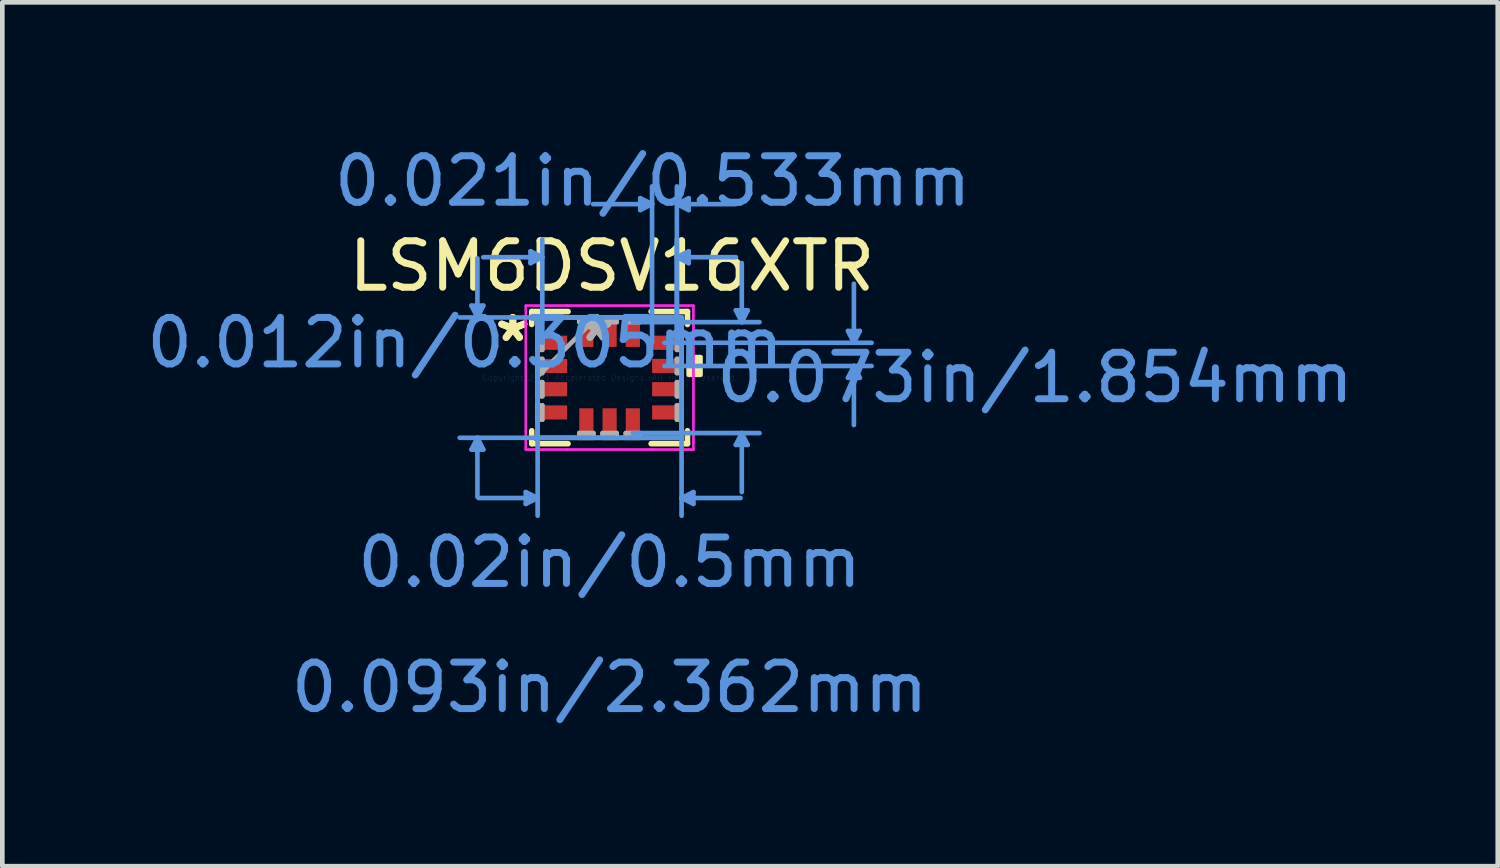
<source format=kicad_pcb>
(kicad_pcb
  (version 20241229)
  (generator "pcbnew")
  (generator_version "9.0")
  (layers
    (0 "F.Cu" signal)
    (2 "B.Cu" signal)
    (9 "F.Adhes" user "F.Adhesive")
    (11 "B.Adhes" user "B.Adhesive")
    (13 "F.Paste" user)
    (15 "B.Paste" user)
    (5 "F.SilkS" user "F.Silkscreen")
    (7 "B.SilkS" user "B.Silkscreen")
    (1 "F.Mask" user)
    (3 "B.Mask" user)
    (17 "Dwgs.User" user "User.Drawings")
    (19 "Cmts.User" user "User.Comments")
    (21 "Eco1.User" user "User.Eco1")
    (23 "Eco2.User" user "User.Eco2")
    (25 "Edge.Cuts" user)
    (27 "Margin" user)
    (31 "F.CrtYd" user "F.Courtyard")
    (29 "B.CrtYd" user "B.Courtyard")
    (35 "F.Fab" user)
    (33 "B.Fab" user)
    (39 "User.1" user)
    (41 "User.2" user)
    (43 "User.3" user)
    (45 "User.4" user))
  (footprint "LSM6DSV16XTR"
    (layer "F.Cu")
    (at 10.07 5.077)
    (property "Reference" "LSM6DSV16XTR" (at 0.05 -2.4 0) (layer "F.SilkS") (effects (font (size 1 1) (thickness 0.15))))
    (attr through_hole)
    (fp_line (start -1.676 -1.422) (end -1.676 -1.144) (stroke (width 0.12) (type solid)) (layer "F.SilkS"))
    (fp_line (start -1.676 1.144) (end -1.676 1.422) (stroke (width 0.12) (type solid)) (layer "F.SilkS"))
    (fp_line (start -1.676 1.422) (end -0.894 1.422) (stroke (width 0.12) (type solid)) (layer "F.SilkS"))
    (fp_line (start -0.894 -1.422) (end -1.676 -1.422) (stroke (width 0.12) (type solid)) (layer "F.SilkS"))
    (fp_line (start 0.894 1.422) (end 1.676 1.422) (stroke (width 0.12) (type solid)) (layer "F.SilkS"))
    (fp_line (start 1.676 -1.422) (end 0.894 -1.422) (stroke (width 0.12) (type solid)) (layer "F.SilkS"))
    (fp_line (start 1.676 -1.144) (end 1.676 -1.422) (stroke (width 0.12) (type solid)) (layer "F.SilkS"))
    (fp_line (start 1.676 1.422) (end 1.676 1.144) (stroke (width 0.12) (type solid)) (layer "F.SilkS"))
    (fp_poly (pts (xy 1.956 -0.441) (xy 1.956 -0.06) (xy 1.702 -0.06) (xy 1.702 -0.441)) (stroke (width 0.1) (type solid)) (fill yes) (layer "F.SilkS"))
    (fp_line (start -2.972 -1.549) (end -2.718 -1.549) (stroke (width 0.1) (type solid)) (layer "Cmts.User"))
    (fp_line (start -2.972 1.549) (end -2.718 1.549) (stroke (width 0.1) (type solid)) (layer "Cmts.User"))
    (fp_line (start -2.845 -1.295) (end -2.972 -1.549) (stroke (width 0.1) (type solid)) (layer "Cmts.User"))
    (fp_line (start -2.845 -1.295) (end -2.845 -2.565) (stroke (width 0.1) (type solid)) (layer "Cmts.User"))
    (fp_line (start -2.845 -1.295) (end -2.718 -1.549) (stroke (width 0.1) (type solid)) (layer "Cmts.User"))
    (fp_line (start -2.845 1.295) (end -2.972 1.549) (stroke (width 0.1) (type solid)) (layer "Cmts.User"))
    (fp_line (start -2.845 1.295) (end -2.845 2.565) (stroke (width 0.1) (type solid)) (layer "Cmts.User"))
    (fp_line (start -2.845 1.295) (end -2.718 1.549) (stroke (width 0.1) (type solid)) (layer "Cmts.User"))
    (fp_line (start -1.803 2.464) (end -1.803 2.718) (stroke (width 0.1) (type solid)) (layer "Cmts.User"))
    (fp_line (start -1.702 -2.718) (end -1.702 -2.464) (stroke (width 0.1) (type solid)) (layer "Cmts.User"))
    (fp_line (start -1.549 -1.295) (end -1.549 2.972) (stroke (width 0.1) (type solid)) (layer "Cmts.User"))
    (fp_line (start -1.549 2.591) (end -2.819 2.591) (stroke (width 0.1) (type solid)) (layer "Cmts.User"))
    (fp_line (start -1.549 2.591) (end -1.803 2.464) (stroke (width 0.1) (type solid)) (layer "Cmts.User"))
    (fp_line (start -1.549 2.591) (end -1.803 2.718) (stroke (width 0.1) (type solid)) (layer "Cmts.User"))
    (fp_line (start -1.448 -2.591) (end -2.718 -2.591) (stroke (width 0.1) (type solid)) (layer "Cmts.User"))
    (fp_line (start -1.448 -2.591) (end -1.702 -2.718) (stroke (width 0.1) (type solid)) (layer "Cmts.User"))
    (fp_line (start -1.448 -2.591) (end -1.702 -2.464) (stroke (width 0.1) (type solid)) (layer "Cmts.User"))
    (fp_line (start -1.448 -0.75) (end -1.448 -2.972) (stroke (width 0.1) (type solid)) (layer "Cmts.User"))
    (fp_line (start 0.5 -1.194) (end 3.226 -1.194) (stroke (width 0.1) (type solid)) (layer "Cmts.User"))
    (fp_line (start 0.5 1.194) (end 3.226 1.194) (stroke (width 0.1) (type solid)) (layer "Cmts.User"))
    (fp_line (start 0.66 -3.861) (end 0.66 -3.607) (stroke (width 0.1) (type solid)) (layer "Cmts.User"))
    (fp_line (start 0.914 -3.734) (end -0.356 -3.734) (stroke (width 0.1) (type solid)) (layer "Cmts.User"))
    (fp_line (start 0.914 -3.734) (end 0.66 -3.861) (stroke (width 0.1) (type solid)) (layer "Cmts.User"))
    (fp_line (start 0.914 -3.734) (end 0.66 -3.607) (stroke (width 0.1) (type solid)) (layer "Cmts.User"))
    (fp_line (start 0.914 -0.75) (end 0.914 -4.115) (stroke (width 0.1) (type solid)) (layer "Cmts.User"))
    (fp_line (start 1.181 -0.75) (end 5.639 -0.75) (stroke (width 0.1) (type solid)) (layer "Cmts.User"))
    (fp_line (start 1.181 -0.25) (end 5.639 -0.25) (stroke (width 0.1) (type solid)) (layer "Cmts.User"))
    (fp_line (start 1.448 -3.734) (end 1.702 -3.861) (stroke (width 0.1) (type solid)) (layer "Cmts.User"))
    (fp_line (start 1.448 -3.734) (end 1.702 -3.607) (stroke (width 0.1) (type solid)) (layer "Cmts.User"))
    (fp_line (start 1.448 -3.734) (end 2.718 -3.734) (stroke (width 0.1) (type solid)) (layer "Cmts.User"))
    (fp_line (start 1.448 -2.591) (end 1.702 -2.718) (stroke (width 0.1) (type solid)) (layer "Cmts.User"))
    (fp_line (start 1.448 -2.591) (end 1.702 -2.464) (stroke (width 0.1) (type solid)) (layer "Cmts.User"))
    (fp_line (start 1.448 -2.591) (end 2.718 -2.591) (stroke (width 0.1) (type solid)) (layer "Cmts.User"))
    (fp_line (start 1.448 -0.75) (end 1.448 -4.115) (stroke (width 0.1) (type solid)) (layer "Cmts.User"))
    (fp_line (start 1.448 -0.75) (end 1.448 -2.972) (stroke (width 0.1) (type solid)) (layer "Cmts.User"))
    (fp_line (start 1.549 -1.295) (end -3.226 -1.295) (stroke (width 0.1) (type solid)) (layer "Cmts.User"))
    (fp_line (start 1.549 -1.295) (end 1.549 2.972) (stroke (width 0.1) (type solid)) (layer "Cmts.User"))
    (fp_line (start 1.549 1.295) (end -3.226 1.295) (stroke (width 0.1) (type solid)) (layer "Cmts.User"))
    (fp_line (start 1.549 2.591) (end 1.803 2.464) (stroke (width 0.1) (type solid)) (layer "Cmts.User"))
    (fp_line (start 1.549 2.591) (end 1.803 2.718) (stroke (width 0.1) (type solid)) (layer "Cmts.User"))
    (fp_line (start 1.549 2.591) (end 2.819 2.591) (stroke (width 0.1) (type solid)) (layer "Cmts.User"))
    (fp_line (start 1.702 -3.861) (end 1.702 -3.607) (stroke (width 0.1) (type solid)) (layer "Cmts.User"))
    (fp_line (start 1.702 -2.718) (end 1.702 -2.464) (stroke (width 0.1) (type solid)) (layer "Cmts.User"))
    (fp_line (start 1.803 2.464) (end 1.803 2.718) (stroke (width 0.1) (type solid)) (layer "Cmts.User"))
    (fp_line (start 2.718 -1.448) (end 2.972 -1.448) (stroke (width 0.1) (type solid)) (layer "Cmts.User"))
    (fp_line (start 2.718 1.448) (end 2.972 1.448) (stroke (width 0.1) (type solid)) (layer "Cmts.User"))
    (fp_line (start 2.845 -1.194) (end 2.718 -1.448) (stroke (width 0.1) (type solid)) (layer "Cmts.User"))
    (fp_line (start 2.845 -1.194) (end 2.845 -2.464) (stroke (width 0.1) (type solid)) (layer "Cmts.User"))
    (fp_line (start 2.845 -1.194) (end 2.972 -1.448) (stroke (width 0.1) (type solid)) (layer "Cmts.User"))
    (fp_line (start 2.845 1.194) (end 2.718 1.448) (stroke (width 0.1) (type solid)) (layer "Cmts.User"))
    (fp_line (start 2.845 1.194) (end 2.845 2.464) (stroke (width 0.1) (type solid)) (layer "Cmts.User"))
    (fp_line (start 2.845 1.194) (end 2.972 1.448) (stroke (width 0.1) (type solid)) (layer "Cmts.User"))
    (fp_line (start 5.131 -1.004) (end 5.385 -1.004) (stroke (width 0.1) (type solid)) (layer "Cmts.User"))
    (fp_line (start 5.131 0.004) (end 5.385 0.004) (stroke (width 0.1) (type solid)) (layer "Cmts.User"))
    (fp_line (start 5.258 -0.75) (end 5.131 -1.004) (stroke (width 0.1) (type solid)) (layer "Cmts.User"))
    (fp_line (start 5.258 -0.75) (end 5.258 -2.02) (stroke (width 0.1) (type solid)) (layer "Cmts.User"))
    (fp_line (start 5.258 -0.75) (end 5.385 -1.004) (stroke (width 0.1) (type solid)) (layer "Cmts.User"))
    (fp_line (start 5.258 -0.25) (end 5.131 0.004) (stroke (width 0.1) (type solid)) (layer "Cmts.User"))
    (fp_line (start 5.258 -0.25) (end 5.258 1.02) (stroke (width 0.1) (type solid)) (layer "Cmts.User"))
    (fp_line (start 5.258 -0.25) (end 5.385 0.004) (stroke (width 0.1) (type solid)) (layer "Cmts.User"))
    (fp_line (start -1.803 -1.549) (end -0.907 -1.549) (stroke (width 0.05) (type solid)) (layer "F.CrtYd"))
    (fp_line (start -1.803 -1.549) (end -0.907 -1.549) (stroke (width 0.05) (type solid)) (layer "F.CrtYd"))
    (fp_line (start -1.803 -1.157) (end -1.803 -1.549) (stroke (width 0.05) (type solid)) (layer "F.CrtYd"))
    (fp_line (start -1.803 -1.157) (end -1.803 -1.549) (stroke (width 0.05) (type solid)) (layer "F.CrtYd"))
    (fp_line (start -1.803 -1.157) (end -1.803 -1.157) (stroke (width 0.05) (type solid)) (layer "F.CrtYd"))
    (fp_line (start -1.803 -1.157) (end -1.803 -1.157) (stroke (width 0.05) (type solid)) (layer "F.CrtYd"))
    (fp_line (start -1.803 1.157) (end -1.803 -1.157) (stroke (width 0.05) (type solid)) (layer "F.CrtYd"))
    (fp_line (start -1.803 1.157) (end -1.803 -1.157) (stroke (width 0.05) (type solid)) (layer "F.CrtYd"))
    (fp_line (start -1.803 1.157) (end -1.803 1.157) (stroke (width 0.05) (type solid)) (layer "F.CrtYd"))
    (fp_line (start -1.803 1.157) (end -1.803 1.157) (stroke (width 0.05) (type solid)) (layer "F.CrtYd"))
    (fp_line (start -1.803 1.549) (end -1.803 1.157) (stroke (width 0.05) (type solid)) (layer "F.CrtYd"))
    (fp_line (start -1.803 1.549) (end -1.803 1.157) (stroke (width 0.05) (type solid)) (layer "F.CrtYd"))
    (fp_line (start -0.907 -1.549) (end -0.907 -1.549) (stroke (width 0.05) (type solid)) (layer "F.CrtYd"))
    (fp_line (start -0.907 -1.549) (end -0.907 -1.549) (stroke (width 0.05) (type solid)) (layer "F.CrtYd"))
    (fp_line (start -0.907 -1.549) (end 0.907 -1.549) (stroke (width 0.05) (type solid)) (layer "F.CrtYd"))
    (fp_line (start -0.907 -1.549) (end 0.907 -1.549) (stroke (width 0.05) (type solid)) (layer "F.CrtYd"))
    (fp_line (start -0.907 1.549) (end -1.803 1.549) (stroke (width 0.05) (type solid)) (layer "F.CrtYd"))
    (fp_line (start -0.907 1.549) (end -1.803 1.549) (stroke (width 0.05) (type solid)) (layer "F.CrtYd"))
    (fp_line (start -0.907 1.549) (end -0.907 1.549) (stroke (width 0.05) (type solid)) (layer "F.CrtYd"))
    (fp_line (start -0.907 1.549) (end -0.907 1.549) (stroke (width 0.05) (type solid)) (layer "F.CrtYd"))
    (fp_line (start 0.907 -1.549) (end 0.907 -1.549) (stroke (width 0.05) (type solid)) (layer "F.CrtYd"))
    (fp_line (start 0.907 -1.549) (end 0.907 -1.549) (stroke (width 0.05) (type solid)) (layer "F.CrtYd"))
    (fp_line (start 0.907 -1.549) (end 1.803 -1.549) (stroke (width 0.05) (type solid)) (layer "F.CrtYd"))
    (fp_line (start 0.907 -1.549) (end 1.803 -1.549) (stroke (width 0.05) (type solid)) (layer "F.CrtYd"))
    (fp_line (start 0.907 1.549) (end -0.907 1.549) (stroke (width 0.05) (type solid)) (layer "F.CrtYd"))
    (fp_line (start 0.907 1.549) (end -0.907 1.549) (stroke (width 0.05) (type solid)) (layer "F.CrtYd"))
    (fp_line (start 0.907 1.549) (end 0.907 1.549) (stroke (width 0.05) (type solid)) (layer "F.CrtYd"))
    (fp_line (start 0.907 1.549) (end 0.907 1.549) (stroke (width 0.05) (type solid)) (layer "F.CrtYd"))
    (fp_line (start 1.803 -1.549) (end 1.803 -1.157) (stroke (width 0.05) (type solid)) (layer "F.CrtYd"))
    (fp_line (start 1.803 -1.549) (end 1.803 -1.157) (stroke (width 0.05) (type solid)) (layer "F.CrtYd"))
    (fp_line (start 1.803 -1.157) (end 1.803 -1.157) (stroke (width 0.05) (type solid)) (layer "F.CrtYd"))
    (fp_line (start 1.803 -1.157) (end 1.803 -1.157) (stroke (width 0.05) (type solid)) (layer "F.CrtYd"))
    (fp_line (start 1.803 -1.157) (end 1.803 1.157) (stroke (width 0.05) (type solid)) (layer "F.CrtYd"))
    (fp_line (start 1.803 -1.157) (end 1.803 1.157) (stroke (width 0.05) (type solid)) (layer "F.CrtYd"))
    (fp_line (start 1.803 1.157) (end 1.803 1.157) (stroke (width 0.05) (type solid)) (layer "F.CrtYd"))
    (fp_line (start 1.803 1.157) (end 1.803 1.157) (stroke (width 0.05) (type solid)) (layer "F.CrtYd"))
    (fp_line (start 1.803 1.157) (end 1.803 1.549) (stroke (width 0.05) (type solid)) (layer "F.CrtYd"))
    (fp_line (start 1.803 1.157) (end 1.803 1.549) (stroke (width 0.05) (type solid)) (layer "F.CrtYd"))
    (fp_line (start 1.803 1.549) (end 0.907 1.549) (stroke (width 0.05) (type solid)) (layer "F.CrtYd"))
    (fp_line (start 1.803 1.549) (end 0.907 1.549) (stroke (width 0.05) (type solid)) (layer "F.CrtYd"))
    (fp_line (start -1.549 -1.295) (end -1.549 1.295) (stroke (width 0.1) (type solid)) (layer "F.Fab"))
    (fp_line (start -1.549 -0.903) (end -1.448 -0.903) (stroke (width 0.1) (type solid)) (layer "F.Fab"))
    (fp_line (start -1.549 -0.598) (end -1.549 -0.903) (stroke (width 0.1) (type solid)) (layer "F.Fab"))
    (fp_line (start -1.549 -0.402) (end -1.448 -0.402) (stroke (width 0.1) (type solid)) (layer "F.Fab"))
    (fp_line (start -1.549 -0.098) (end -1.549 -0.402) (stroke (width 0.1) (type solid)) (layer "F.Fab"))
    (fp_line (start -1.549 -0.025) (end -0.279 -1.295) (stroke (width 0.1) (type solid)) (layer "F.Fab"))
    (fp_line (start -1.549 0.098) (end -1.448 0.098) (stroke (width 0.1) (type solid)) (layer "F.Fab"))
    (fp_line (start -1.549 0.402) (end -1.549 0.098) (stroke (width 0.1) (type solid)) (layer "F.Fab"))
    (fp_line (start -1.549 0.598) (end -1.448 0.598) (stroke (width 0.1) (type solid)) (layer "F.Fab"))
    (fp_line (start -1.549 0.903) (end -1.549 0.598) (stroke (width 0.1) (type solid)) (layer "F.Fab"))
    (fp_line (start -1.549 1.295) (end 1.549 1.295) (stroke (width 0.1) (type solid)) (layer "F.Fab"))
    (fp_line (start -1.448 -0.903) (end -1.448 -0.598) (stroke (width 0.1) (type solid)) (layer "F.Fab"))
    (fp_line (start -1.448 -0.598) (end -1.549 -0.598) (stroke (width 0.1) (type solid)) (layer "F.Fab"))
    (fp_line (start -1.448 -0.402) (end -1.448 -0.098) (stroke (width 0.1) (type solid)) (layer "F.Fab"))
    (fp_line (start -1.448 -0.098) (end -1.549 -0.098) (stroke (width 0.1) (type solid)) (layer "F.Fab"))
    (fp_line (start -1.448 0.098) (end -1.448 0.402) (stroke (width 0.1) (type solid)) (layer "F.Fab"))
    (fp_line (start -1.448 0.402) (end -1.549 0.402) (stroke (width 0.1) (type solid)) (layer "F.Fab"))
    (fp_line (start -1.448 0.598) (end -1.448 0.903) (stroke (width 0.1) (type solid)) (layer "F.Fab"))
    (fp_line (start -1.448 0.903) (end -1.549 0.903) (stroke (width 0.1) (type solid)) (layer "F.Fab"))
    (fp_line (start -0.653 -1.295) (end -0.348 -1.295) (stroke (width 0.1) (type solid)) (layer "F.Fab"))
    (fp_line (start -0.653 -1.194) (end -0.653 -1.295) (stroke (width 0.1) (type solid)) (layer "F.Fab"))
    (fp_line (start -0.653 1.194) (end -0.348 1.194) (stroke (width 0.1) (type solid)) (layer "F.Fab"))
    (fp_line (start -0.653 1.295) (end -0.653 1.194) (stroke (width 0.1) (type solid)) (layer "F.Fab"))
    (fp_line (start -0.348 -1.295) (end -0.348 -1.194) (stroke (width 0.1) (type solid)) (layer "F.Fab"))
    (fp_line (start -0.348 -1.194) (end -0.653 -1.194) (stroke (width 0.1) (type solid)) (layer "F.Fab"))
    (fp_line (start -0.348 1.194) (end -0.348 1.295) (stroke (width 0.1) (type solid)) (layer "F.Fab"))
    (fp_line (start -0.348 1.295) (end -0.653 1.295) (stroke (width 0.1) (type solid)) (layer "F.Fab"))
    (fp_line (start -0.152 -1.295) (end 0.152 -1.295) (stroke (width 0.1) (type solid)) (layer "F.Fab"))
    (fp_line (start -0.152 -1.194) (end -0.152 -1.295) (stroke (width 0.1) (type solid)) (layer "F.Fab"))
    (fp_line (start -0.152 1.194) (end 0.152 1.194) (stroke (width 0.1) (type solid)) (layer "F.Fab"))
    (fp_line (start -0.152 1.295) (end -0.152 1.194) (stroke (width 0.1) (type solid)) (layer "F.Fab"))
    (fp_line (start 0.152 -1.295) (end 0.152 -1.194) (stroke (width 0.1) (type solid)) (layer "F.Fab"))
    (fp_line (start 0.152 -1.194) (end -0.152 -1.194) (stroke (width 0.1) (type solid)) (layer "F.Fab"))
    (fp_line (start 0.152 1.194) (end 0.152 1.295) (stroke (width 0.1) (type solid)) (layer "F.Fab"))
    (fp_line (start 0.152 1.295) (end -0.152 1.295) (stroke (width 0.1) (type solid)) (layer "F.Fab"))
    (fp_line (start 0.348 -1.295) (end 0.653 -1.295) (stroke (width 0.1) (type solid)) (layer "F.Fab"))
    (fp_line (start 0.348 -1.194) (end 0.348 -1.295) (stroke (width 0.1) (type solid)) (layer "F.Fab"))
    (fp_line (start 0.348 1.194) (end 0.653 1.194) (stroke (width 0.1) (type solid)) (layer "F.Fab"))
    (fp_line (start 0.348 1.295) (end 0.348 1.194) (stroke (width 0.1) (type solid)) (layer "F.Fab"))
    (fp_line (start 0.653 -1.295) (end 0.653 -1.194) (stroke (width 0.1) (type solid)) (layer "F.Fab"))
    (fp_line (start 0.653 -1.194) (end 0.348 -1.194) (stroke (width 0.1) (type solid)) (layer "F.Fab"))
    (fp_line (start 0.653 1.194) (end 0.653 1.295) (stroke (width 0.1) (type solid)) (layer "F.Fab"))
    (fp_line (start 0.653 1.295) (end 0.348 1.295) (stroke (width 0.1) (type solid)) (layer "F.Fab"))
    (fp_line (start 1.448 -0.903) (end 1.549 -0.903) (stroke (width 0.1) (type solid)) (layer "F.Fab"))
    (fp_line (start 1.448 -0.598) (end 1.448 -0.903) (stroke (width 0.1) (type solid)) (layer "F.Fab"))
    (fp_line (start 1.448 -0.402) (end 1.549 -0.402) (stroke (width 0.1) (type solid)) (layer "F.Fab"))
    (fp_line (start 1.448 -0.098) (end 1.448 -0.402) (stroke (width 0.1) (type solid)) (layer "F.Fab"))
    (fp_line (start 1.448 0.098) (end 1.549 0.098) (stroke (width 0.1) (type solid)) (layer "F.Fab"))
    (fp_line (start 1.448 0.402) (end 1.448 0.098) (stroke (width 0.1) (type solid)) (layer "F.Fab"))
    (fp_line (start 1.448 0.598) (end 1.549 0.598) (stroke (width 0.1) (type solid)) (layer "F.Fab"))
    (fp_line (start 1.448 0.903) (end 1.448 0.598) (stroke (width 0.1) (type solid)) (layer "F.Fab"))
    (fp_line (start 1.549 -1.295) (end -1.549 -1.295) (stroke (width 0.1) (type solid)) (layer "F.Fab"))
    (fp_line (start 1.549 -0.903) (end 1.549 -0.598) (stroke (width 0.1) (type solid)) (layer "F.Fab"))
    (fp_line (start 1.549 -0.598) (end 1.448 -0.598) (stroke (width 0.1) (type solid)) (layer "F.Fab"))
    (fp_line (start 1.549 -0.402) (end 1.549 -0.098) (stroke (width 0.1) (type solid)) (layer "F.Fab"))
    (fp_line (start 1.549 -0.098) (end 1.448 -0.098) (stroke (width 0.1) (type solid)) (layer "F.Fab"))
    (fp_line (start 1.549 0.098) (end 1.549 0.402) (stroke (width 0.1) (type solid)) (layer "F.Fab"))
    (fp_line (start 1.549 0.402) (end 1.448 0.402) (stroke (width 0.1) (type solid)) (layer "F.Fab"))
    (fp_line (start 1.549 0.598) (end 1.549 0.903) (stroke (width 0.1) (type solid)) (layer "F.Fab"))
    (fp_line (start 1.549 0.903) (end 1.448 0.903) (stroke (width 0.1) (type solid)) (layer "F.Fab"))
    (fp_line (start 1.549 1.295) (end 1.549 -1.295) (stroke (width 0.1) (type solid)) (layer "F.Fab"))
    (fp_text user "*" (at -2.083 -0.75 0) (layer "F.SilkS") (effects (font (size 1 1) (thickness 0.15))))
    (fp_text user "*" (at -2.083 -0.75 0) (layer "F.SilkS") (effects (font (size 1 1) (thickness 0.15))))
    (fp_text user "0.021in/0.533mm" (at 0.927 -4.229 0) (layer "Cmts.User") (effects (font (size 1 1) (thickness 0.15))))
    (fp_text user "0.073in/1.854mm" (at 9.157 0 0) (layer "Cmts.User") (effects (font (size 1 1) (thickness 0.15))))
    (fp_text user "Copyright 2021 Accelerated Designs. All rights reserved." (at 0 0 0) (layer "Cmts.User") (effects (font (size 0.127 0.127) (thickness 0.002))))
    (fp_text user "0.012in/0.305mm" (at -3.111 -0.75 0) (layer "Cmts.User") (effects (font (size 1 1) (thickness 0.15))))
    (fp_text user "0.093in/2.362mm" (at 0 6.668 0) (layer "Cmts.User") (effects (font (size 1 1) (thickness 0.15))))
    (fp_text user "0.02in/0.5mm" (at 0 3.975 0) (layer "Cmts.User") (effects (font (size 1 1) (thickness 0.15))))
    (fp_text user "*" (at -0.279 -0.75 0) (layer "F.Fab") (effects (font (size 1 1) (thickness 0.15))))
    (fp_text user "*" (at -0.279 -0.75 0) (layer "F.Fab") (effects (font (size 1 1) (thickness 0.15))))
    (pad "1" smd rect (at -1.181 -0.75 90) (size 0.305 0.533) (layers "F.Cu" "F.Mask" "F.Paste"))
    (pad "2" smd rect (at -1.181 -0.25 90) (size 0.305 0.533) (layers "F.Cu" "F.Mask" "F.Paste"))
    (pad "3" smd rect (at -1.181 0.25 90) (size 0.305 0.533) (layers "F.Cu" "F.Mask" "F.Paste"))
    (pad "4" smd rect (at -1.181 0.75 90) (size 0.305 0.533) (layers "F.Cu" "F.Mask" "F.Paste"))
    (pad "5" smd rect (at -0.5 0.927) (size 0.305 0.533) (layers "F.Cu" "F.Mask" "F.Paste"))
    (pad "6" smd rect (at 0 0.927) (size 0.305 0.533) (layers "F.Cu" "F.Mask" "F.Paste"))
    (pad "7" smd rect (at 0.5 0.927) (size 0.305 0.533) (layers "F.Cu" "F.Mask" "F.Paste"))
    (pad "8" smd rect (at 1.181 0.75 90) (size 0.305 0.533) (layers "F.Cu" "F.Mask" "F.Paste"))
    (pad "9" smd rect (at 1.181 0.25 90) (size 0.305 0.533) (layers "F.Cu" "F.Mask" "F.Paste"))
    (pad "10" smd rect (at 1.181 -0.25 90) (size 0.305 0.533) (layers "F.Cu" "F.Mask" "F.Paste"))
    (pad "11" smd rect (at 1.181 -0.75 90) (size 0.305 0.533) (layers "F.Cu" "F.Mask" "F.Paste"))
    (pad "12" smd rect (at 0.5 -0.927) (size 0.305 0.533) (layers "F.Cu" "F.Mask" "F.Paste"))
    (pad "13" smd rect (at 0 -0.927) (size 0.305 0.533) (layers "F.Cu" "F.Mask" "F.Paste"))
    (pad "14" smd rect (at -0.5 -0.927) (size 0.305 0.533) (layers "F.Cu" "F.Mask" "F.Paste")))
  (gr_rect
    (start -3 -3)
    (end 29.185 15.593)
    (stroke (width 0.1) (type default))
    (fill no)
    (layer "Edge.Cuts")))
</source>
